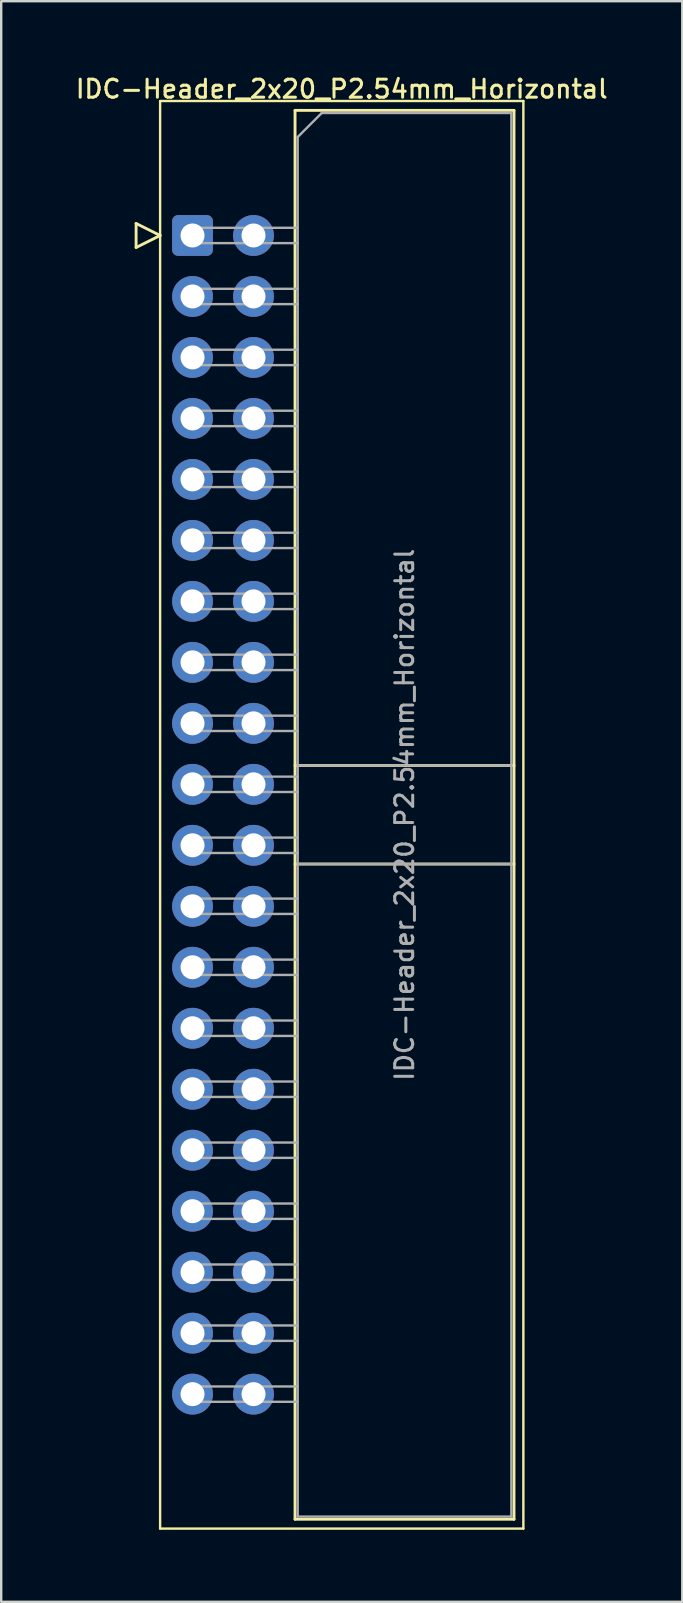
<source format=kicad_pcb>
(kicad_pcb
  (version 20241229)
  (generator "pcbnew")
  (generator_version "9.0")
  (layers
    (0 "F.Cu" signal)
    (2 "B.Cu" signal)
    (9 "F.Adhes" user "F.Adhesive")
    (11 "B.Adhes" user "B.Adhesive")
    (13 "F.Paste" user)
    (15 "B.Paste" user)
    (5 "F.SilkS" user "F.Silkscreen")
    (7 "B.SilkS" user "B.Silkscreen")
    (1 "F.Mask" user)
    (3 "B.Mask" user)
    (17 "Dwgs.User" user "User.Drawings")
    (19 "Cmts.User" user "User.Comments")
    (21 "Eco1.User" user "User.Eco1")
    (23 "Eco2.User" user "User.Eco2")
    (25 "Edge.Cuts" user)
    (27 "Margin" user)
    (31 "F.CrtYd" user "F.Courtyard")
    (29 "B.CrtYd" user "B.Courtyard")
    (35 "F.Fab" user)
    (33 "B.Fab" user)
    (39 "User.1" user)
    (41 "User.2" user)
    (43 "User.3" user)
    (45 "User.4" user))
  (footprint "IDC-Header_2x20_P2.54mm_Horizontal"
    (layer "F.Cu")
    (at 4.969 6.758)
    (property "Reference" "IDC-Header_2x20_P2.54mm_Horizontal" (at 6.215 -6.1 0) (layer "F.SilkS") (effects (font (size 0.75 0.75) (thickness 0.125))))
    (attr through_hole)
    (fp_line (start -2.35 -0.5) (end -2.35 0.5) (stroke (width 0.12) (type solid)) (layer "F.SilkS"))
    (fp_line (start -2.35 0.5) (end -1.35 0) (stroke (width 0.12) (type solid)) (layer "F.SilkS"))
    (fp_line (start -1.35 -5.6) (end -1.35 53.86) (stroke (width 0.1) (type solid)) (layer "F.SilkS"))
    (fp_line (start -1.35 0) (end -2.35 -0.5) (stroke (width 0.12) (type solid)) (layer "F.SilkS"))
    (fp_line (start -1.35 53.86) (end 13.78 53.86) (stroke (width 0.1) (type solid)) (layer "F.SilkS"))
    (fp_line (start 4.27 -5.21) (end 13.39 -5.21) (stroke (width 0.12) (type solid)) (layer "F.SilkS"))
    (fp_line (start 4.27 22.08) (end 13.39 22.08) (stroke (width 0.12) (type solid)) (layer "F.SilkS"))
    (fp_line (start 4.27 26.18) (end 13.39 26.18) (stroke (width 0.12) (type solid)) (layer "F.SilkS"))
    (fp_line (start 4.27 53.47) (end 4.27 -5.21) (stroke (width 0.12) (type solid)) (layer "F.SilkS"))
    (fp_line (start 13.39 -5.21) (end 13.39 53.47) (stroke (width 0.12) (type solid)) (layer "F.SilkS"))
    (fp_line (start 13.39 53.47) (end 4.27 53.47) (stroke (width 0.12) (type solid)) (layer "F.SilkS"))
    (fp_line (start 13.78 -5.6) (end -1.35 -5.6) (stroke (width 0.1) (type solid)) (layer "F.SilkS"))
    (fp_line (start 13.78 53.86) (end 13.78 -5.6) (stroke (width 0.1) (type solid)) (layer "F.SilkS"))
    (fp_line (start -0.32 -0.32) (end -0.32 0.32) (stroke (width 0.1) (type solid)) (layer "F.Fab"))
    (fp_line (start -0.32 0.32) (end 4.38 0.32) (stroke (width 0.1) (type solid)) (layer "F.Fab"))
    (fp_line (start -0.32 2.22) (end -0.32 2.86) (stroke (width 0.1) (type solid)) (layer "F.Fab"))
    (fp_line (start -0.32 2.86) (end 4.38 2.86) (stroke (width 0.1) (type solid)) (layer "F.Fab"))
    (fp_line (start -0.32 4.76) (end -0.32 5.4) (stroke (width 0.1) (type solid)) (layer "F.Fab"))
    (fp_line (start -0.32 5.4) (end 4.38 5.4) (stroke (width 0.1) (type solid)) (layer "F.Fab"))
    (fp_line (start -0.32 7.3) (end -0.32 7.94) (stroke (width 0.1) (type solid)) (layer "F.Fab"))
    (fp_line (start -0.32 7.94) (end 4.38 7.94) (stroke (width 0.1) (type solid)) (layer "F.Fab"))
    (fp_line (start -0.32 9.84) (end -0.32 10.48) (stroke (width 0.1) (type solid)) (layer "F.Fab"))
    (fp_line (start -0.32 10.48) (end 4.38 10.48) (stroke (width 0.1) (type solid)) (layer "F.Fab"))
    (fp_line (start -0.32 12.38) (end -0.32 13.02) (stroke (width 0.1) (type solid)) (layer "F.Fab"))
    (fp_line (start -0.32 13.02) (end 4.38 13.02) (stroke (width 0.1) (type solid)) (layer "F.Fab"))
    (fp_line (start -0.32 14.92) (end -0.32 15.56) (stroke (width 0.1) (type solid)) (layer "F.Fab"))
    (fp_line (start -0.32 15.56) (end 4.38 15.56) (stroke (width 0.1) (type solid)) (layer "F.Fab"))
    (fp_line (start -0.32 17.46) (end -0.32 18.1) (stroke (width 0.1) (type solid)) (layer "F.Fab"))
    (fp_line (start -0.32 18.1) (end 4.38 18.1) (stroke (width 0.1) (type solid)) (layer "F.Fab"))
    (fp_line (start -0.32 20) (end -0.32 20.64) (stroke (width 0.1) (type solid)) (layer "F.Fab"))
    (fp_line (start -0.32 20.64) (end 4.38 20.64) (stroke (width 0.1) (type solid)) (layer "F.Fab"))
    (fp_line (start -0.32 22.54) (end -0.32 23.18) (stroke (width 0.1) (type solid)) (layer "F.Fab"))
    (fp_line (start -0.32 23.18) (end 4.38 23.18) (stroke (width 0.1) (type solid)) (layer "F.Fab"))
    (fp_line (start -0.32 25.08) (end -0.32 25.72) (stroke (width 0.1) (type solid)) (layer "F.Fab"))
    (fp_line (start -0.32 25.72) (end 4.38 25.72) (stroke (width 0.1) (type solid)) (layer "F.Fab"))
    (fp_line (start -0.32 27.62) (end -0.32 28.26) (stroke (width 0.1) (type solid)) (layer "F.Fab"))
    (fp_line (start -0.32 28.26) (end 4.38 28.26) (stroke (width 0.1) (type solid)) (layer "F.Fab"))
    (fp_line (start -0.32 30.16) (end -0.32 30.8) (stroke (width 0.1) (type solid)) (layer "F.Fab"))
    (fp_line (start -0.32 30.8) (end 4.38 30.8) (stroke (width 0.1) (type solid)) (layer "F.Fab"))
    (fp_line (start -0.32 32.7) (end -0.32 33.34) (stroke (width 0.1) (type solid)) (layer "F.Fab"))
    (fp_line (start -0.32 33.34) (end 4.38 33.34) (stroke (width 0.1) (type solid)) (layer "F.Fab"))
    (fp_line (start -0.32 35.24) (end -0.32 35.88) (stroke (width 0.1) (type solid)) (layer "F.Fab"))
    (fp_line (start -0.32 35.88) (end 4.38 35.88) (stroke (width 0.1) (type solid)) (layer "F.Fab"))
    (fp_line (start -0.32 37.78) (end -0.32 38.42) (stroke (width 0.1) (type solid)) (layer "F.Fab"))
    (fp_line (start -0.32 38.42) (end 4.38 38.42) (stroke (width 0.1) (type solid)) (layer "F.Fab"))
    (fp_line (start -0.32 40.32) (end -0.32 40.96) (stroke (width 0.1) (type solid)) (layer "F.Fab"))
    (fp_line (start -0.32 40.96) (end 4.38 40.96) (stroke (width 0.1) (type solid)) (layer "F.Fab"))
    (fp_line (start -0.32 42.86) (end -0.32 43.5) (stroke (width 0.1) (type solid)) (layer "F.Fab"))
    (fp_line (start -0.32 43.5) (end 4.38 43.5) (stroke (width 0.1) (type solid)) (layer "F.Fab"))
    (fp_line (start -0.32 45.4) (end -0.32 46.04) (stroke (width 0.1) (type solid)) (layer "F.Fab"))
    (fp_line (start -0.32 46.04) (end 4.38 46.04) (stroke (width 0.1) (type solid)) (layer "F.Fab"))
    (fp_line (start -0.32 47.94) (end -0.32 48.58) (stroke (width 0.1) (type solid)) (layer "F.Fab"))
    (fp_line (start -0.32 48.58) (end 4.38 48.58) (stroke (width 0.1) (type solid)) (layer "F.Fab"))
    (fp_line (start 4.38 -4.1) (end 5.38 -5.1) (stroke (width 0.1) (type solid)) (layer "F.Fab"))
    (fp_line (start 4.38 -0.32) (end -0.32 -0.32) (stroke (width 0.1) (type solid)) (layer "F.Fab"))
    (fp_line (start 4.38 2.22) (end -0.32 2.22) (stroke (width 0.1) (type solid)) (layer "F.Fab"))
    (fp_line (start 4.38 4.76) (end -0.32 4.76) (stroke (width 0.1) (type solid)) (layer "F.Fab"))
    (fp_line (start 4.38 7.3) (end -0.32 7.3) (stroke (width 0.1) (type solid)) (layer "F.Fab"))
    (fp_line (start 4.38 9.84) (end -0.32 9.84) (stroke (width 0.1) (type solid)) (layer "F.Fab"))
    (fp_line (start 4.38 12.38) (end -0.32 12.38) (stroke (width 0.1) (type solid)) (layer "F.Fab"))
    (fp_line (start 4.38 14.92) (end -0.32 14.92) (stroke (width 0.1) (type solid)) (layer "F.Fab"))
    (fp_line (start 4.38 17.46) (end -0.32 17.46) (stroke (width 0.1) (type solid)) (layer "F.Fab"))
    (fp_line (start 4.38 20) (end -0.32 20) (stroke (width 0.1) (type solid)) (layer "F.Fab"))
    (fp_line (start 4.38 22.08) (end 13.28 22.08) (stroke (width 0.1) (type solid)) (layer "F.Fab"))
    (fp_line (start 4.38 22.54) (end -0.32 22.54) (stroke (width 0.1) (type solid)) (layer "F.Fab"))
    (fp_line (start 4.38 25.08) (end -0.32 25.08) (stroke (width 0.1) (type solid)) (layer "F.Fab"))
    (fp_line (start 4.38 26.18) (end 13.28 26.18) (stroke (width 0.1) (type solid)) (layer "F.Fab"))
    (fp_line (start 4.38 27.62) (end -0.32 27.62) (stroke (width 0.1) (type solid)) (layer "F.Fab"))
    (fp_line (start 4.38 30.16) (end -0.32 30.16) (stroke (width 0.1) (type solid)) (layer "F.Fab"))
    (fp_line (start 4.38 32.7) (end -0.32 32.7) (stroke (width 0.1) (type solid)) (layer "F.Fab"))
    (fp_line (start 4.38 35.24) (end -0.32 35.24) (stroke (width 0.1) (type solid)) (layer "F.Fab"))
    (fp_line (start 4.38 37.78) (end -0.32 37.78) (stroke (width 0.1) (type solid)) (layer "F.Fab"))
    (fp_line (start 4.38 40.32) (end -0.32 40.32) (stroke (width 0.1) (type solid)) (layer "F.Fab"))
    (fp_line (start 4.38 42.86) (end -0.32 42.86) (stroke (width 0.1) (type solid)) (layer "F.Fab"))
    (fp_line (start 4.38 45.4) (end -0.32 45.4) (stroke (width 0.1) (type solid)) (layer "F.Fab"))
    (fp_line (start 4.38 47.94) (end -0.32 47.94) (stroke (width 0.1) (type solid)) (layer "F.Fab"))
    (fp_line (start 4.38 53.36) (end 4.38 -4.1) (stroke (width 0.1) (type solid)) (layer "F.Fab"))
    (fp_line (start 5.38 -5.1) (end 13.28 -5.1) (stroke (width 0.1) (type solid)) (layer "F.Fab"))
    (fp_line (start 13.28 -5.1) (end 13.28 53.36) (stroke (width 0.1) (type solid)) (layer "F.Fab"))
    (fp_line (start 13.28 53.36) (end 4.38 53.36) (stroke (width 0.1) (type solid)) (layer "F.Fab"))
    (fp_text user "${REFERENCE}" (at 8.83 24.13 90) (layer "F.Fab") (effects (font (size 0.75 0.75) (thickness 0.125))))
    (pad "1" thru_hole roundrect (at 0 0) (size 1.7 1.7) (drill 1) (layers "*.Cu" "*.Mask") (roundrect_rratio 0.147))
    (pad "2" thru_hole circle (at 2.54 0) (size 1.7 1.7) (drill 1) (layers "*.Cu" "*.Mask"))
    (pad "3" thru_hole circle (at 0 2.54) (size 1.7 1.7) (drill 1) (layers "*.Cu" "*.Mask"))
    (pad "4" thru_hole circle (at 2.54 2.54) (size 1.7 1.7) (drill 1) (layers "*.Cu" "*.Mask"))
    (pad "5" thru_hole circle (at 0 5.08) (size 1.7 1.7) (drill 1) (layers "*.Cu" "*.Mask"))
    (pad "6" thru_hole circle (at 2.54 5.08) (size 1.7 1.7) (drill 1) (layers "*.Cu" "*.Mask"))
    (pad "7" thru_hole circle (at 0 7.62) (size 1.7 1.7) (drill 1) (layers "*.Cu" "*.Mask"))
    (pad "8" thru_hole circle (at 2.54 7.62) (size 1.7 1.7) (drill 1) (layers "*.Cu" "*.Mask"))
    (pad "9" thru_hole circle (at 0 10.16) (size 1.7 1.7) (drill 1) (layers "*.Cu" "*.Mask"))
    (pad "10" thru_hole circle (at 2.54 10.16) (size 1.7 1.7) (drill 1) (layers "*.Cu" "*.Mask"))
    (pad "11" thru_hole circle (at 0 12.7) (size 1.7 1.7) (drill 1) (layers "*.Cu" "*.Mask"))
    (pad "12" thru_hole circle (at 2.54 12.7) (size 1.7 1.7) (drill 1) (layers "*.Cu" "*.Mask"))
    (pad "13" thru_hole circle (at 0 15.24) (size 1.7 1.7) (drill 1) (layers "*.Cu" "*.Mask"))
    (pad "14" thru_hole circle (at 2.54 15.24) (size 1.7 1.7) (drill 1) (layers "*.Cu" "*.Mask"))
    (pad "15" thru_hole circle (at 0 17.78) (size 1.7 1.7) (drill 1) (layers "*.Cu" "*.Mask"))
    (pad "16" thru_hole circle (at 2.54 17.78) (size 1.7 1.7) (drill 1) (layers "*.Cu" "*.Mask"))
    (pad "17" thru_hole circle (at 0 20.32) (size 1.7 1.7) (drill 1) (layers "*.Cu" "*.Mask"))
    (pad "18" thru_hole circle (at 2.54 20.32) (size 1.7 1.7) (drill 1) (layers "*.Cu" "*.Mask"))
    (pad "19" thru_hole circle (at 0 22.86) (size 1.7 1.7) (drill 1) (layers "*.Cu" "*.Mask"))
    (pad "20" thru_hole circle (at 2.54 22.86) (size 1.7 1.7) (drill 1) (layers "*.Cu" "*.Mask"))
    (pad "21" thru_hole circle (at 0 25.4) (size 1.7 1.7) (drill 1) (layers "*.Cu" "*.Mask"))
    (pad "22" thru_hole circle (at 2.54 25.4) (size 1.7 1.7) (drill 1) (layers "*.Cu" "*.Mask"))
    (pad "23" thru_hole circle (at 0 27.94) (size 1.7 1.7) (drill 1) (layers "*.Cu" "*.Mask"))
    (pad "24" thru_hole circle (at 2.54 27.94) (size 1.7 1.7) (drill 1) (layers "*.Cu" "*.Mask"))
    (pad "25" thru_hole circle (at 0 30.48) (size 1.7 1.7) (drill 1) (layers "*.Cu" "*.Mask"))
    (pad "26" thru_hole circle (at 2.54 30.48) (size 1.7 1.7) (drill 1) (layers "*.Cu" "*.Mask"))
    (pad "27" thru_hole circle (at 0 33.02) (size 1.7 1.7) (drill 1) (layers "*.Cu" "*.Mask"))
    (pad "28" thru_hole circle (at 2.54 33.02) (size 1.7 1.7) (drill 1) (layers "*.Cu" "*.Mask"))
    (pad "29" thru_hole circle (at 0 35.56) (size 1.7 1.7) (drill 1) (layers "*.Cu" "*.Mask"))
    (pad "30" thru_hole circle (at 2.54 35.56) (size 1.7 1.7) (drill 1) (layers "*.Cu" "*.Mask"))
    (pad "31" thru_hole circle (at 0 38.1) (size 1.7 1.7) (drill 1) (layers "*.Cu" "*.Mask"))
    (pad "32" thru_hole circle (at 2.54 38.1) (size 1.7 1.7) (drill 1) (layers "*.Cu" "*.Mask"))
    (pad "33" thru_hole circle (at 0 40.64) (size 1.7 1.7) (drill 1) (layers "*.Cu" "*.Mask"))
    (pad "34" thru_hole circle (at 2.54 40.64) (size 1.7 1.7) (drill 1) (layers "*.Cu" "*.Mask"))
    (pad "35" thru_hole circle (at 0 43.18) (size 1.7 1.7) (drill 1) (layers "*.Cu" "*.Mask"))
    (pad "36" thru_hole circle (at 2.54 43.18) (size 1.7 1.7) (drill 1) (layers "*.Cu" "*.Mask"))
    (pad "37" thru_hole circle (at 0 45.72) (size 1.7 1.7) (drill 1) (layers "*.Cu" "*.Mask"))
    (pad "38" thru_hole circle (at 2.54 45.72) (size 1.7 1.7) (drill 1) (layers "*.Cu" "*.Mask"))
    (pad "39" thru_hole circle (at 0 48.26) (size 1.7 1.7) (drill 1) (layers "*.Cu" "*.Mask"))
    (pad "40" thru_hole circle (at 2.54 48.26) (size 1.7 1.7) (drill 1) (layers "*.Cu" "*.Mask")))
  (gr_rect
    (start -3 -3)
    (end 25.368 63.668)
    (stroke (width 0.1) (type default))
    (fill no)
    (layer "Edge.Cuts")))
</source>
